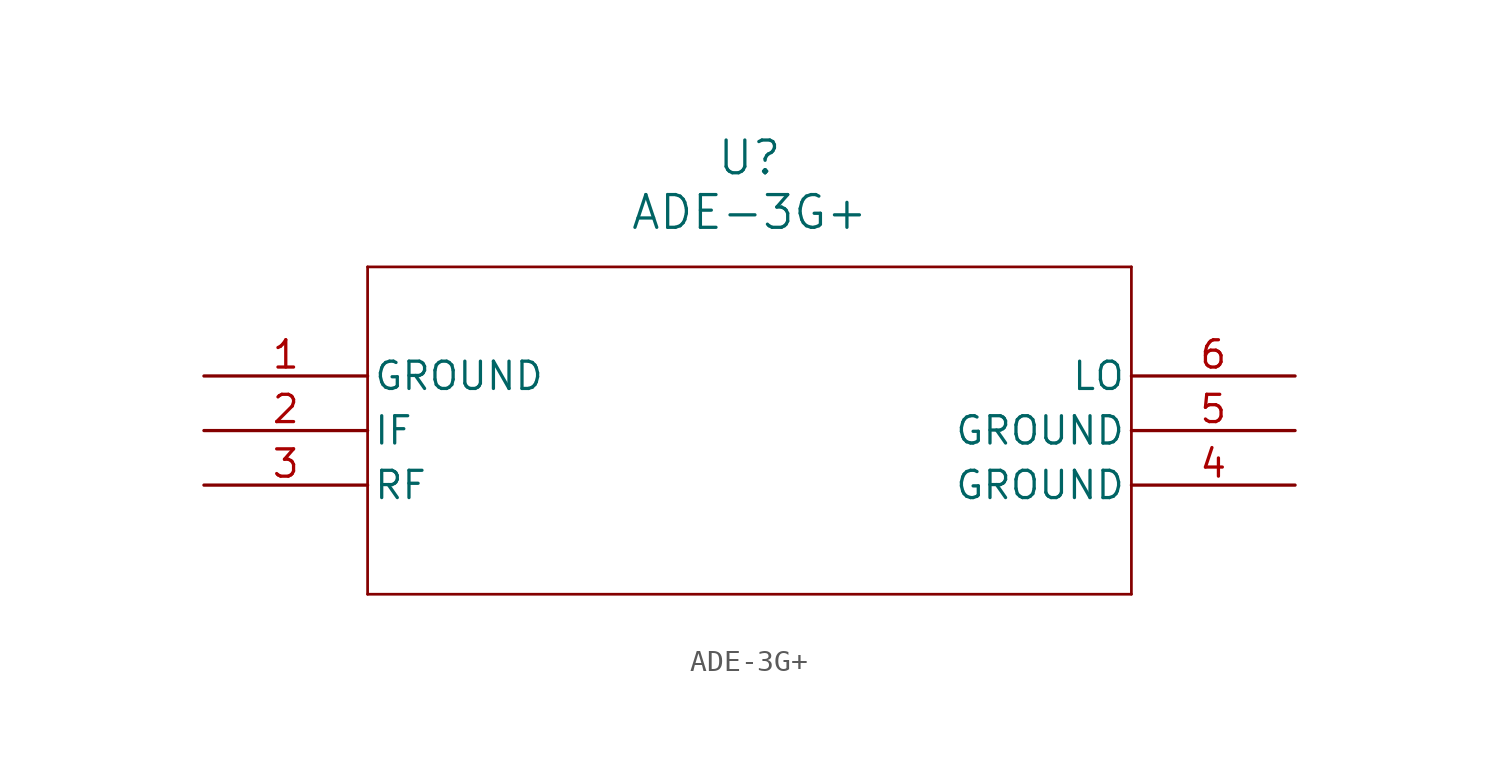
<source format=kicad_sym>
(kicad_symbol_lib
  (version 20211014)
  (generator kicad_symbol_editor)
  (symbol "ADE-3G+"
    (pin_names
      (offset 0.254))
    (property "Reference" "U"
      (at 25.4 10.16 0)
      (effects (font (size 1.524 1.524))))
    (property "Value" "ADE-3G+"
      (at 25.4 7.62 0)
      (effects (font (size 1.524 1.524))))
    (symbol "ADE-3G+_0_1"
      (polyline (pts (xy 7.62 5.08) (xy 7.62 -10.16)) (stroke (width 0.127) (type default) (color 0 0 0 0)) (fill (type none)))
      (polyline (pts (xy 7.62 -10.16) (xy 43.18 -10.16)) (stroke (width 0.127) (type default) (color 0 0 0 0)) (fill (type none)))
      (polyline (pts (xy 43.18 -10.16) (xy 43.18 5.08)) (stroke (width 0.127) (type default) (color 0 0 0 0)) (fill (type none)))
      (polyline (pts (xy 43.18 5.08) (xy 7.62 5.08)) (stroke (width 0.127) (type default) (color 0 0 0 0)) (fill (type none)))
      (pin power_out line (at 0 0 0) (length 7.62) (name "GROUND" (effects (font (size 1.27 1.27)))) (number "1" (effects (font (size 1.27 1.27)))))
      (pin unspecified line (at 0 -2.54 0) (length 7.62) (name "IF" (effects (font (size 1.27 1.27)))) (number "2" (effects (font (size 1.27 1.27)))))
      (pin unspecified line (at 0 -5.08 0) (length 7.62) (name "RF" (effects (font (size 1.27 1.27)))) (number "3" (effects (font (size 1.27 1.27)))))
      (pin power_out line (at 50.8 -5.08 180) (length 7.62) (name "GROUND" (effects (font (size 1.27 1.27)))) (number "4" (effects (font (size 1.27 1.27)))))
      (pin power_out line (at 50.8 -2.54 180) (length 7.62) (name "GROUND" (effects (font (size 1.27 1.27)))) (number "5" (effects (font (size 1.27 1.27)))))
      (pin unspecified line (at 50.8 0 180) (length 7.62) (name "LO" (effects (font (size 1.27 1.27)))) (number "6" (effects (font (size 1.27 1.27))))))))
</source>
